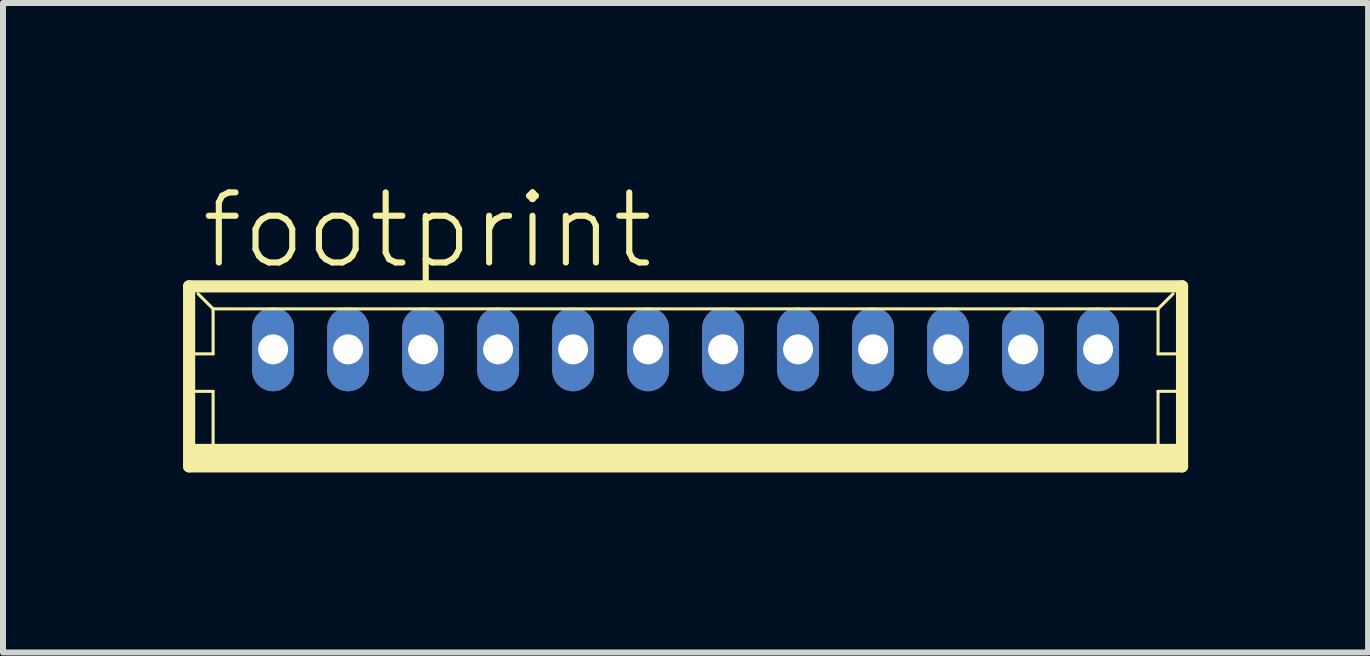
<source format=kicad_pcb>
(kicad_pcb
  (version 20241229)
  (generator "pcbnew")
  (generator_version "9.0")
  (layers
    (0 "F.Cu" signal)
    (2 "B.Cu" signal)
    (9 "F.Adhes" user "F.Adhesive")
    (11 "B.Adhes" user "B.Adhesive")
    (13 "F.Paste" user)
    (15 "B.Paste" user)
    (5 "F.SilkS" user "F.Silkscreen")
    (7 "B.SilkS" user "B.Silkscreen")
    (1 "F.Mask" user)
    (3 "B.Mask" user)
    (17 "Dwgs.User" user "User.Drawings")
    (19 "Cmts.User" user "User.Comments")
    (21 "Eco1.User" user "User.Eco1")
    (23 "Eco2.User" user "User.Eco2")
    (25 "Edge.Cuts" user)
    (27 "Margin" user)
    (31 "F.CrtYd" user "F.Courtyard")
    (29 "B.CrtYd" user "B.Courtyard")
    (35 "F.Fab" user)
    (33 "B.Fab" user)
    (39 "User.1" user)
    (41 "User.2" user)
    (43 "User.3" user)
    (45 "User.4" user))
  (footprint "footprint"
    (layer "F.Cu")
    (at 8.377 3.223)
    (property "Reference" "footprint" (at -8.125 -1.75 0) (layer "F.SilkS") (effects (font (size 1.168 1.168) (thickness 0.102)) (justify left bottom)))
    (fp_line (start -8.275 -1.5) (end -8.275 1.5) (stroke (width 0.203) (type solid)) (layer "F.SilkS"))
    (fp_line (start -8.275 1.5) (end 8.275 1.5) (stroke (width 0.203) (type solid)) (layer "F.SilkS"))
    (fp_line (start -8.25 -0.375) (end -7.875 -0.375) (stroke (width 0.051) (type solid)) (layer "F.SilkS"))
    (fp_line (start -8.25 0.25) (end -7.875 0.25) (stroke (width 0.051) (type solid)) (layer "F.SilkS"))
    (fp_line (start -7.875 -1.125) (end -8.125 -1.375) (stroke (width 0.051) (type solid)) (layer "F.SilkS"))
    (fp_line (start -7.875 -1.125) (end 7.875 -1.125) (stroke (width 0.051) (type solid)) (layer "F.SilkS"))
    (fp_line (start -7.875 -0.375) (end -7.875 -1.125) (stroke (width 0.051) (type solid)) (layer "F.SilkS"))
    (fp_line (start -7.875 0.25) (end -7.875 1.25) (stroke (width 0.051) (type solid)) (layer "F.SilkS"))
    (fp_line (start 7.875 -1.125) (end 7.875 -0.375) (stroke (width 0.051) (type solid)) (layer "F.SilkS"))
    (fp_line (start 7.875 -1.125) (end 8.125 -1.375) (stroke (width 0.051) (type solid)) (layer "F.SilkS"))
    (fp_line (start 7.875 -0.375) (end 8.25 -0.375) (stroke (width 0.051) (type solid)) (layer "F.SilkS"))
    (fp_line (start 7.875 0.25) (end 7.875 1.25) (stroke (width 0.051) (type solid)) (layer "F.SilkS"))
    (fp_line (start 7.875 0.25) (end 8.25 0.25) (stroke (width 0.051) (type solid)) (layer "F.SilkS"))
    (fp_line (start 8.275 -1.5) (end -8.275 -1.5) (stroke (width 0.203) (type solid)) (layer "F.SilkS"))
    (fp_line (start 8.275 1.5) (end 8.275 -1.5) (stroke (width 0.203) (type solid)) (layer "F.SilkS"))
    (fp_poly (pts (xy -8.25 1.5) (xy 8.25 1.5) (xy 8.25 1.125) (xy -8.25 1.125)) (stroke (width 0) (type solid)) (fill yes) (layer "F.SilkS"))
    (pad "1" thru_hole oval (at 6.875 -0.45 90) (size 1.397 0.698) (drill 0.5) (layers "*.Cu" "*.Mask"))
    (pad "2" thru_hole oval (at 5.625 -0.45 90) (size 1.397 0.698) (drill 0.5) (layers "*.Cu" "*.Mask"))
    (pad "3" thru_hole oval (at 4.375 -0.45 90) (size 1.397 0.698) (drill 0.5) (layers "*.Cu" "*.Mask"))
    (pad "4" thru_hole oval (at 3.125 -0.45 90) (size 1.397 0.698) (drill 0.5) (layers "*.Cu" "*.Mask"))
    (pad "5" thru_hole oval (at 1.875 -0.45 90) (size 1.397 0.698) (drill 0.5) (layers "*.Cu" "*.Mask"))
    (pad "6" thru_hole oval (at 0.625 -0.45 90) (size 1.397 0.698) (drill 0.5) (layers "*.Cu" "*.Mask"))
    (pad "7" thru_hole oval (at -0.625 -0.45 90) (size 1.397 0.698) (drill 0.5) (layers "*.Cu" "*.Mask"))
    (pad "8" thru_hole oval (at -1.875 -0.45 90) (size 1.397 0.698) (drill 0.5) (layers "*.Cu" "*.Mask"))
    (pad "9" thru_hole oval (at -3.125 -0.45 90) (size 1.397 0.698) (drill 0.5) (layers "*.Cu" "*.Mask"))
    (pad "10" thru_hole oval (at -4.375 -0.45 90) (size 1.397 0.698) (drill 0.5) (layers "*.Cu" "*.Mask"))
    (pad "11" thru_hole oval (at -5.625 -0.45 90) (size 1.397 0.698) (drill 0.5) (layers "*.Cu" "*.Mask"))
    (pad "12" thru_hole oval (at -6.875 -0.45 90) (size 1.397 0.698) (drill 0.5) (layers "*.Cu" "*.Mask")))
  (gr_rect
    (start -3 -3)
    (end 19.753 7.825)
    (stroke (width 0.1) (type default))
    (fill no)
    (layer "Edge.Cuts")))
</source>
